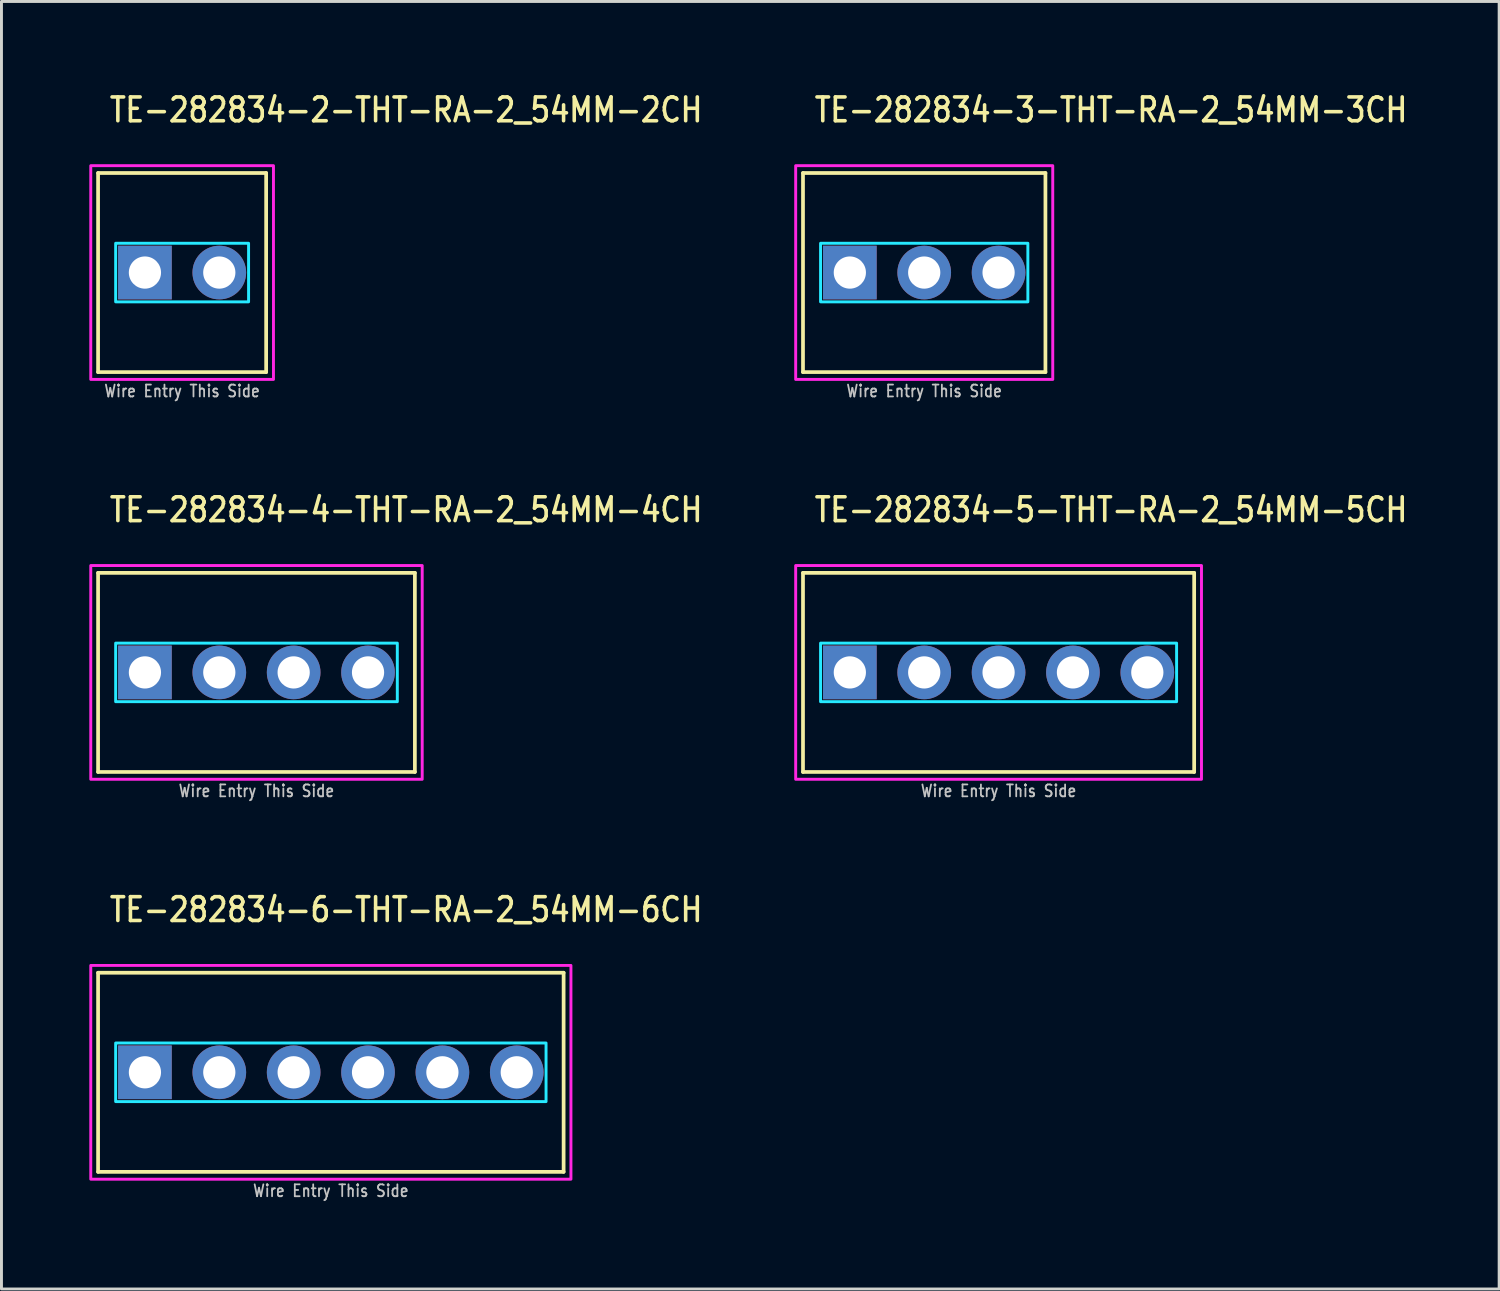
<source format=kicad_pcb>
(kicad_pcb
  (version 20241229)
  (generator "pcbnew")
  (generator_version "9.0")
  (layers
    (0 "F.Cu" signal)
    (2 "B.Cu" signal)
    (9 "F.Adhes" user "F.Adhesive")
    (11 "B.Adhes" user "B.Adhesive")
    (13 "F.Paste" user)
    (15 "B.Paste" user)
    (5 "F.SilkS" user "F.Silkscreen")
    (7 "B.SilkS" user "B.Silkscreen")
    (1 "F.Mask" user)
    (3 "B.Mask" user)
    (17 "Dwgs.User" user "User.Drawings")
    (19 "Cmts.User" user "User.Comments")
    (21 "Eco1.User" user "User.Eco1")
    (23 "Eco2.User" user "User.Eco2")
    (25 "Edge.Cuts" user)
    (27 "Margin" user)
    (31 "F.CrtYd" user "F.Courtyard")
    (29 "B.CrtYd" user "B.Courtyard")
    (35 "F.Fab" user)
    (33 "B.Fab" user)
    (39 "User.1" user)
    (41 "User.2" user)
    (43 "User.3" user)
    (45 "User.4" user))
  (footprint "TE-282834-5-THT-RA-2_54MM-5CH"
    (layer "F.Cu")
    (at 31.056 19.916)
    (property "Reference" "TE-282834-5-THT-RA-2_54MM-5CH" (at -6.35 -5.08 0) (unlocked yes) (layer "F.SilkS") (effects (font (size 0.813 0.695) (thickness 0.122)) (justify left bottom)))
    (fp_line (start -6.68 -3.4) (end 6.68 -3.4) (stroke (width 0.127) (type solid)) (layer "F.SilkS"))
    (fp_line (start -6.68 3.4) (end -6.68 -3.4) (stroke (width 0.127) (type solid)) (layer "F.SilkS"))
    (fp_line (start 6.68 -3.4) (end 6.68 3.4) (stroke (width 0.127) (type solid)) (layer "F.SilkS"))
    (fp_line (start 6.68 3.4) (end -6.68 3.4) (stroke (width 0.127) (type solid)) (layer "F.SilkS"))
    (fp_poly (pts (xy -6.08 -1) (xy -6.08 1) (xy 6.08 1) (xy 6.08 -1)) (stroke (width 0.1) (type solid)) (fill no) (layer "B.CrtYd"))
    (fp_poly (pts (xy -6.93 -3.65) (xy 6.93 -3.65) (xy 6.93 3.65) (xy -6.93 3.65)) (stroke (width 0.1) (type solid)) (fill no) (layer "F.CrtYd"))
    (fp_text user "Wire Entry This Side" (at 0 3.81 0) (unlocked yes) (layer "Dwgs.User") (effects (font (size 0.406 0.347) (thickness 0.061)) (justify top)))
    (pad "P$1" thru_hole rect (at -5.08 0) (size 1.833 1.833) (drill 1.1) (layers "*.Cu" "*.Mask"))
    (pad "P$2" thru_hole oval (at -2.54 0) (size 1.833 1.833) (drill 1.1) (layers "*.Cu" "*.Mask"))
    (pad "P$3" thru_hole oval (at 0 0) (size 1.833 1.833) (drill 1.1) (layers "*.Cu" "*.Mask"))
    (pad "P$4" thru_hole oval (at 2.54 0) (size 1.833 1.833) (drill 1.1) (layers "*.Cu" "*.Mask"))
    (pad "P$5" thru_hole oval (at 5.08 0) (size 1.833 1.833) (drill 1.1) (layers "*.Cu" "*.Mask")))
  (footprint "TE-282834-3-THT-RA-2_54MM-3CH"
    (layer "F.Cu")
    (at 28.516 6.259)
    (property "Reference" "TE-282834-3-THT-RA-2_54MM-3CH" (at -3.81 -5.08 0) (unlocked yes) (layer "F.SilkS") (effects (font (size 0.813 0.695) (thickness 0.122)) (justify left bottom)))
    (fp_line (start -4.14 -3.4) (end 4.14 -3.4) (stroke (width 0.127) (type solid)) (layer "F.SilkS"))
    (fp_line (start -4.14 3.4) (end -4.14 -3.4) (stroke (width 0.127) (type solid)) (layer "F.SilkS"))
    (fp_line (start 4.14 -3.4) (end 4.14 3.4) (stroke (width 0.127) (type solid)) (layer "F.SilkS"))
    (fp_line (start 4.14 3.4) (end -4.14 3.4) (stroke (width 0.127) (type solid)) (layer "F.SilkS"))
    (fp_poly (pts (xy -3.54 -1) (xy -3.54 1) (xy 3.54 1) (xy 3.54 -1)) (stroke (width 0.1) (type solid)) (fill no) (layer "B.CrtYd"))
    (fp_poly (pts (xy -4.39 -3.65) (xy 4.39 -3.65) (xy 4.39 3.65) (xy -4.39 3.65)) (stroke (width 0.1) (type solid)) (fill no) (layer "F.CrtYd"))
    (fp_text user "Wire Entry This Side" (at 0 3.81 0) (unlocked yes) (layer "Dwgs.User") (effects (font (size 0.406 0.347) (thickness 0.061)) (justify top)))
    (pad "1" thru_hole rect (at -2.54 0) (size 1.833 1.833) (drill 1.1) (layers "*.Cu" "*.Mask"))
    (pad "2" thru_hole oval (at 0 0) (size 1.833 1.833) (drill 1.1) (layers "*.Cu" "*.Mask"))
    (pad "3" thru_hole oval (at 2.54 0) (size 1.833 1.833) (drill 1.1) (layers "*.Cu" "*.Mask")))
  (footprint "TE-282834-2-THT-RA-2_54MM-2CH"
    (layer "F.Cu")
    (at 3.17 6.259)
    (property "Reference" "TE-282834-2-THT-RA-2_54MM-2CH" (at -2.54 -5.08 0) (unlocked yes) (layer "F.SilkS") (effects (font (size 0.813 0.695) (thickness 0.122)) (justify left bottom)))
    (fp_line (start -2.87 -3.4) (end 2.87 -3.4) (stroke (width 0.127) (type solid)) (layer "F.SilkS"))
    (fp_line (start -2.87 3.4) (end -2.87 -3.4) (stroke (width 0.127) (type solid)) (layer "F.SilkS"))
    (fp_line (start 2.87 -3.4) (end 2.87 3.4) (stroke (width 0.127) (type solid)) (layer "F.SilkS"))
    (fp_line (start 2.87 3.4) (end -2.87 3.4) (stroke (width 0.127) (type solid)) (layer "F.SilkS"))
    (fp_poly (pts (xy -2.27 -1) (xy -2.27 1) (xy 2.27 1) (xy 2.27 -1)) (stroke (width 0.1) (type solid)) (fill no) (layer "B.CrtYd"))
    (fp_poly (pts (xy -3.12 -3.65) (xy 3.12 -3.65) (xy 3.12 3.65) (xy -3.12 3.65)) (stroke (width 0.1) (type solid)) (fill no) (layer "F.CrtYd"))
    (fp_text user "Wire Entry This Side" (at 0 3.81 0) (unlocked yes) (layer "Dwgs.User") (effects (font (size 0.406 0.347) (thickness 0.061)) (justify top)))
    (pad "1" thru_hole rect (at -1.27 0) (size 1.833 1.833) (drill 1.1) (layers "*.Cu" "*.Mask"))
    (pad "2" thru_hole oval (at 1.27 0) (size 1.833 1.833) (drill 1.1) (layers "*.Cu" "*.Mask")))
  (footprint "TE-282834-6-THT-RA-2_54MM-6CH"
    (layer "F.Cu")
    (at 8.25 33.574)
    (property "Reference" "TE-282834-6-THT-RA-2_54MM-6CH" (at -7.62 -5.08 0) (unlocked yes) (layer "F.SilkS") (effects (font (size 0.813 0.695) (thickness 0.122)) (justify left bottom)))
    (fp_line (start -7.95 -3.4) (end 7.95 -3.4) (stroke (width 0.127) (type solid)) (layer "F.SilkS"))
    (fp_line (start -7.95 3.4) (end -7.95 -3.4) (stroke (width 0.127) (type solid)) (layer "F.SilkS"))
    (fp_line (start 7.95 -3.4) (end 7.95 3.4) (stroke (width 0.127) (type solid)) (layer "F.SilkS"))
    (fp_line (start 7.95 3.4) (end -7.95 3.4) (stroke (width 0.127) (type solid)) (layer "F.SilkS"))
    (fp_poly (pts (xy -7.35 -1) (xy -7.35 1) (xy 7.35 1) (xy 7.35 -1)) (stroke (width 0.1) (type solid)) (fill no) (layer "B.CrtYd"))
    (fp_poly (pts (xy -8.2 -3.65) (xy 8.2 -3.65) (xy 8.2 3.65) (xy -8.2 3.65)) (stroke (width 0.1) (type solid)) (fill no) (layer "F.CrtYd"))
    (fp_text user "Wire Entry This Side" (at 0 3.81 0) (unlocked yes) (layer "Dwgs.User") (effects (font (size 0.406 0.347) (thickness 0.061)) (justify top)))
    (pad "P$1" thru_hole rect (at -6.35 0) (size 1.833 1.833) (drill 1.1) (layers "*.Cu" "*.Mask"))
    (pad "P$2" thru_hole oval (at -3.81 0) (size 1.833 1.833) (drill 1.1) (layers "*.Cu" "*.Mask"))
    (pad "P$3" thru_hole oval (at -1.27 0) (size 1.833 1.833) (drill 1.1) (layers "*.Cu" "*.Mask"))
    (pad "P$4" thru_hole oval (at 1.27 0) (size 1.833 1.833) (drill 1.1) (layers "*.Cu" "*.Mask"))
    (pad "P$5" thru_hole oval (at 3.81 0) (size 1.833 1.833) (drill 1.1) (layers "*.Cu" "*.Mask"))
    (pad "P$6" thru_hole oval (at 6.35 0) (size 1.833 1.833) (drill 1.1) (layers "*.Cu" "*.Mask")))
  (footprint "TE-282834-4-THT-RA-2_54MM-4CH"
    (layer "F.Cu")
    (at 5.71 19.916)
    (property "Reference" "TE-282834-4-THT-RA-2_54MM-4CH" (at -5.08 -5.08 0) (unlocked yes) (layer "F.SilkS") (effects (font (size 0.813 0.695) (thickness 0.122)) (justify left bottom)))
    (fp_line (start -5.41 -3.4) (end 5.41 -3.4) (stroke (width 0.127) (type solid)) (layer "F.SilkS"))
    (fp_line (start -5.41 3.4) (end -5.41 -3.4) (stroke (width 0.127) (type solid)) (layer "F.SilkS"))
    (fp_line (start 5.41 -3.4) (end 5.41 3.4) (stroke (width 0.127) (type solid)) (layer "F.SilkS"))
    (fp_line (start 5.41 3.4) (end -5.41 3.4) (stroke (width 0.127) (type solid)) (layer "F.SilkS"))
    (fp_poly (pts (xy -4.81 -1) (xy -4.81 1) (xy 4.81 1) (xy 4.81 -1)) (stroke (width 0.1) (type solid)) (fill no) (layer "B.CrtYd"))
    (fp_poly (pts (xy -5.66 -3.65) (xy 5.66 -3.65) (xy 5.66 3.65) (xy -5.66 3.65)) (stroke (width 0.1) (type solid)) (fill no) (layer "F.CrtYd"))
    (fp_text user "Wire Entry This Side" (at 0 3.81 0) (unlocked yes) (layer "Dwgs.User") (effects (font (size 0.406 0.347) (thickness 0.061)) (justify top)))
    (pad "1" thru_hole rect (at -3.81 0) (size 1.833 1.833) (drill 1.1) (layers "*.Cu" "*.Mask"))
    (pad "2" thru_hole oval (at -1.27 0) (size 1.833 1.833) (drill 1.1) (layers "*.Cu" "*.Mask"))
    (pad "3" thru_hole oval (at 1.27 0) (size 1.833 1.833) (drill 1.1) (layers "*.Cu" "*.Mask"))
    (pad "4" thru_hole oval (at 3.81 0) (size 1.833 1.833) (drill 1.1) (layers "*.Cu" "*.Mask")))
  (gr_rect
    (start -3 -3)
    (end 48.153 40.974)
    (stroke (width 0.1) (type default))
    (fill no)
    (layer "Edge.Cuts")))
</source>
